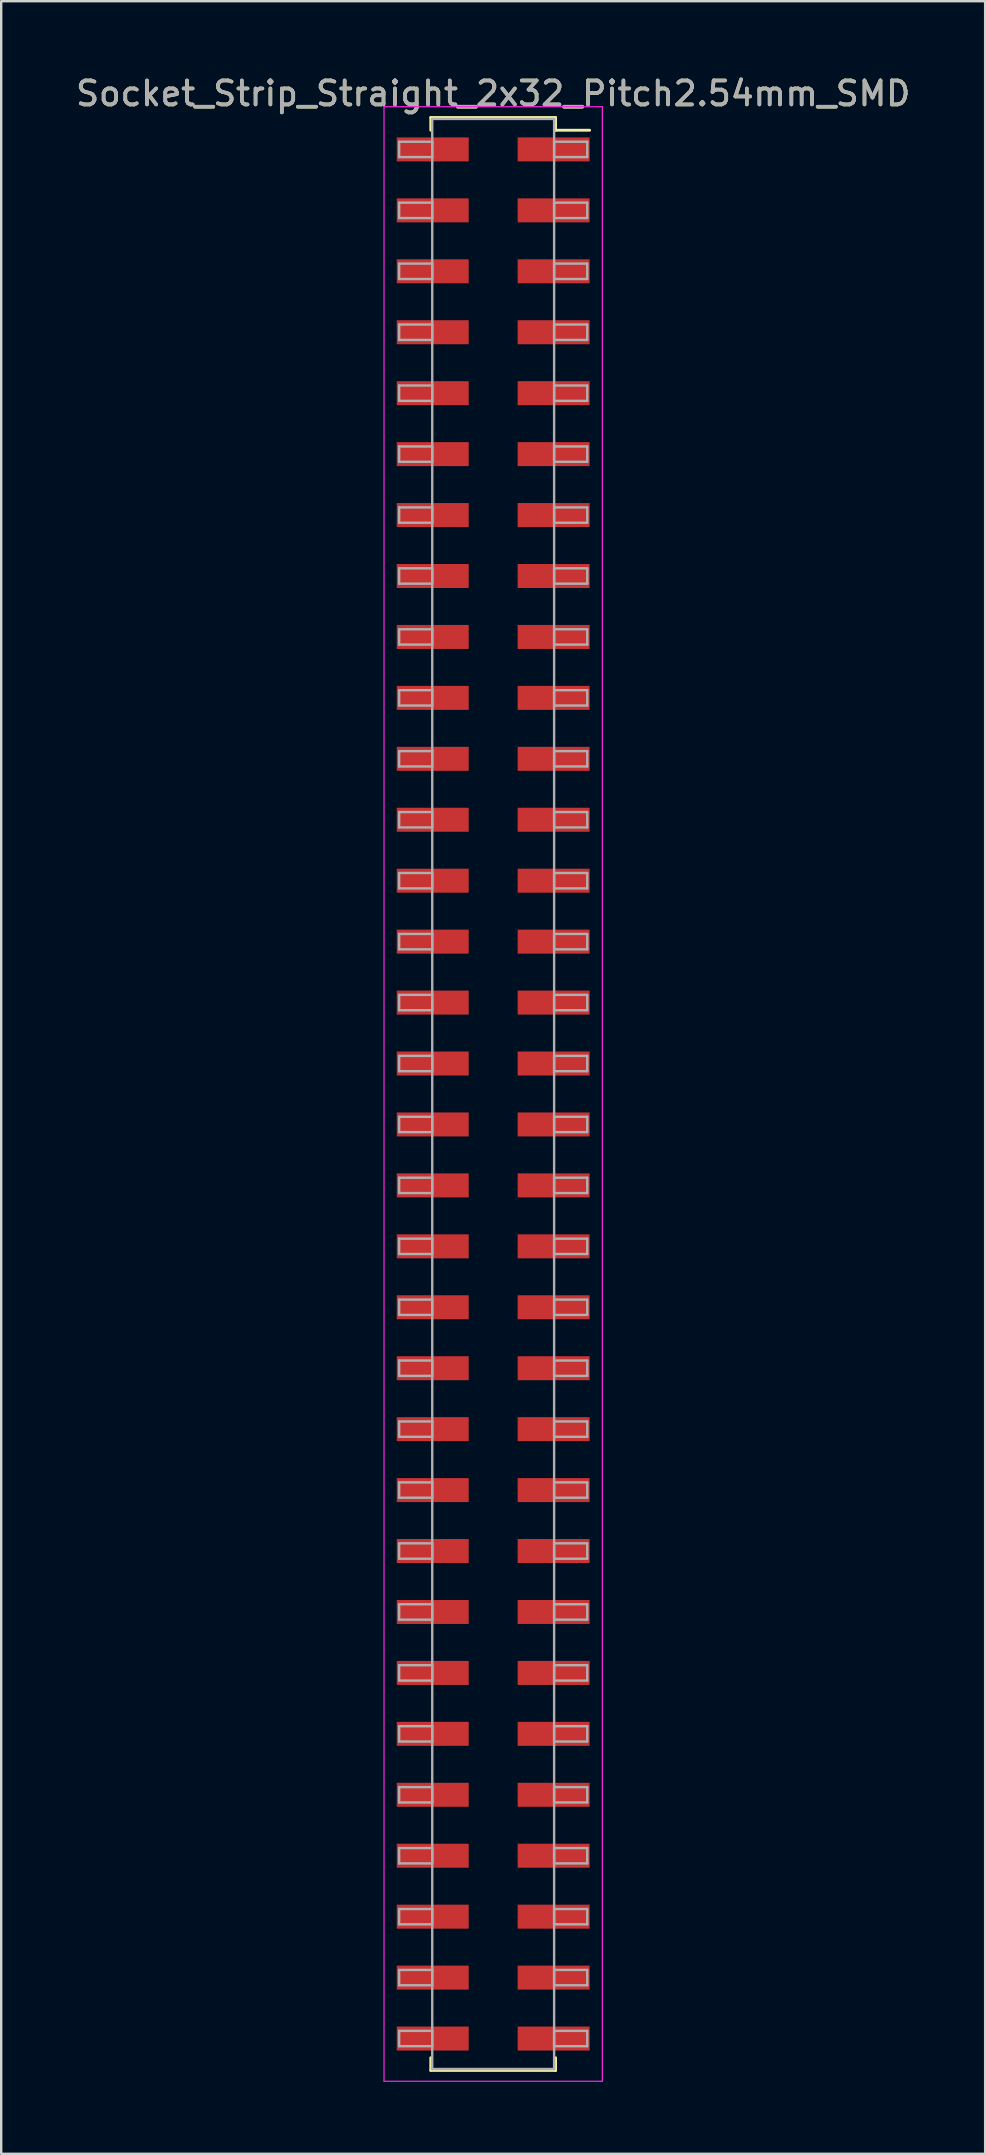
<source format=kicad_pcb>
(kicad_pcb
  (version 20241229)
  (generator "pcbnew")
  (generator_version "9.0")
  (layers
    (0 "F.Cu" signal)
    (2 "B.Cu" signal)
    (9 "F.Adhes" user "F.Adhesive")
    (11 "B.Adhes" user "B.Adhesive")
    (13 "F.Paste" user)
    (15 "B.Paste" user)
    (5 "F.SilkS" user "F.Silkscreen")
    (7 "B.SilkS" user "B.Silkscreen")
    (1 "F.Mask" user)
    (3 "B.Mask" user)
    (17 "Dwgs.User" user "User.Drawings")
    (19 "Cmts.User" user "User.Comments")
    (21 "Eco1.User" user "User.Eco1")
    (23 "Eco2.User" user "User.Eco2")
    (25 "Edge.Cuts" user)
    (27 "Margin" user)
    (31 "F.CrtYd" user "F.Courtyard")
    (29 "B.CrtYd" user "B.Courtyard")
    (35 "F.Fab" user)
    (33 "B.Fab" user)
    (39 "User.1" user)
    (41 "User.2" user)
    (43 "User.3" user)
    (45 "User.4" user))
  (footprint "Socket_Strip_Straight_2x32_Pitch2.54mm_SMD"
    (layer "F.Cu")
    (at 17.506 42.548)
    (property "Reference" "Socket_Strip_Straight_2x32_Pitch2.54mm_SMD" (at 0 -41.7 0) (layer "F.SilkS") (effects (font (size 1 1) (thickness 0.15))))
    (attr smd)
    (fp_line (start -2.6 -40.7) (end 2.6 -40.7) (stroke (width 0.12) (type solid)) (layer "F.SilkS"))
    (fp_line (start -2.6 -40.17) (end -2.6 -40.7) (stroke (width 0.12) (type solid)) (layer "F.SilkS"))
    (fp_line (start -2.6 40.17) (end -2.6 40.7) (stroke (width 0.12) (type solid)) (layer "F.SilkS"))
    (fp_line (start -2.6 40.7) (end 2.6 40.7) (stroke (width 0.12) (type solid)) (layer "F.SilkS"))
    (fp_line (start 2.6 -40.7) (end 2.6 -40.17) (stroke (width 0.12) (type solid)) (layer "F.SilkS"))
    (fp_line (start 2.6 40.7) (end 2.6 40.17) (stroke (width 0.12) (type solid)) (layer "F.SilkS"))
    (fp_line (start 4.02 -40.17) (end 2.6 -40.17) (stroke (width 0.12) (type solid)) (layer "F.SilkS"))
    (fp_line (start -4.55 -41.15) (end -4.55 41.15) (stroke (width 0.05) (type solid)) (layer "F.CrtYd"))
    (fp_line (start -4.55 41.15) (end 4.55 41.15) (stroke (width 0.05) (type solid)) (layer "F.CrtYd"))
    (fp_line (start 4.55 -41.15) (end -4.55 -41.15) (stroke (width 0.05) (type solid)) (layer "F.CrtYd"))
    (fp_line (start 4.55 41.15) (end 4.55 -41.15) (stroke (width 0.05) (type solid)) (layer "F.CrtYd"))
    (fp_line (start -3.92 -39.69) (end -2.54 -39.69) (stroke (width 0.1) (type solid)) (layer "F.Fab"))
    (fp_line (start -3.92 -39.05) (end -3.92 -39.69) (stroke (width 0.1) (type solid)) (layer "F.Fab"))
    (fp_line (start -3.92 -37.15) (end -2.54 -37.15) (stroke (width 0.1) (type solid)) (layer "F.Fab"))
    (fp_line (start -3.92 -36.51) (end -3.92 -37.15) (stroke (width 0.1) (type solid)) (layer "F.Fab"))
    (fp_line (start -3.92 -34.61) (end -2.54 -34.61) (stroke (width 0.1) (type solid)) (layer "F.Fab"))
    (fp_line (start -3.92 -33.97) (end -3.92 -34.61) (stroke (width 0.1) (type solid)) (layer "F.Fab"))
    (fp_line (start -3.92 -32.07) (end -2.54 -32.07) (stroke (width 0.1) (type solid)) (layer "F.Fab"))
    (fp_line (start -3.92 -31.43) (end -3.92 -32.07) (stroke (width 0.1) (type solid)) (layer "F.Fab"))
    (fp_line (start -3.92 -29.53) (end -2.54 -29.53) (stroke (width 0.1) (type solid)) (layer "F.Fab"))
    (fp_line (start -3.92 -28.89) (end -3.92 -29.53) (stroke (width 0.1) (type solid)) (layer "F.Fab"))
    (fp_line (start -3.92 -26.99) (end -2.54 -26.99) (stroke (width 0.1) (type solid)) (layer "F.Fab"))
    (fp_line (start -3.92 -26.35) (end -3.92 -26.99) (stroke (width 0.1) (type solid)) (layer "F.Fab"))
    (fp_line (start -3.92 -24.45) (end -2.54 -24.45) (stroke (width 0.1) (type solid)) (layer "F.Fab"))
    (fp_line (start -3.92 -23.81) (end -3.92 -24.45) (stroke (width 0.1) (type solid)) (layer "F.Fab"))
    (fp_line (start -3.92 -21.91) (end -2.54 -21.91) (stroke (width 0.1) (type solid)) (layer "F.Fab"))
    (fp_line (start -3.92 -21.27) (end -3.92 -21.91) (stroke (width 0.1) (type solid)) (layer "F.Fab"))
    (fp_line (start -3.92 -19.37) (end -2.54 -19.37) (stroke (width 0.1) (type solid)) (layer "F.Fab"))
    (fp_line (start -3.92 -18.73) (end -3.92 -19.37) (stroke (width 0.1) (type solid)) (layer "F.Fab"))
    (fp_line (start -3.92 -16.83) (end -2.54 -16.83) (stroke (width 0.1) (type solid)) (layer "F.Fab"))
    (fp_line (start -3.92 -16.19) (end -3.92 -16.83) (stroke (width 0.1) (type solid)) (layer "F.Fab"))
    (fp_line (start -3.92 -14.29) (end -2.54 -14.29) (stroke (width 0.1) (type solid)) (layer "F.Fab"))
    (fp_line (start -3.92 -13.65) (end -3.92 -14.29) (stroke (width 0.1) (type solid)) (layer "F.Fab"))
    (fp_line (start -3.92 -11.75) (end -2.54 -11.75) (stroke (width 0.1) (type solid)) (layer "F.Fab"))
    (fp_line (start -3.92 -11.11) (end -3.92 -11.75) (stroke (width 0.1) (type solid)) (layer "F.Fab"))
    (fp_line (start -3.92 -9.21) (end -2.54 -9.21) (stroke (width 0.1) (type solid)) (layer "F.Fab"))
    (fp_line (start -3.92 -8.57) (end -3.92 -9.21) (stroke (width 0.1) (type solid)) (layer "F.Fab"))
    (fp_line (start -3.92 -6.67) (end -2.54 -6.67) (stroke (width 0.1) (type solid)) (layer "F.Fab"))
    (fp_line (start -3.92 -6.03) (end -3.92 -6.67) (stroke (width 0.1) (type solid)) (layer "F.Fab"))
    (fp_line (start -3.92 -4.13) (end -2.54 -4.13) (stroke (width 0.1) (type solid)) (layer "F.Fab"))
    (fp_line (start -3.92 -3.49) (end -3.92 -4.13) (stroke (width 0.1) (type solid)) (layer "F.Fab"))
    (fp_line (start -3.92 -1.59) (end -2.54 -1.59) (stroke (width 0.1) (type solid)) (layer "F.Fab"))
    (fp_line (start -3.92 -0.95) (end -3.92 -1.59) (stroke (width 0.1) (type solid)) (layer "F.Fab"))
    (fp_line (start -3.92 0.95) (end -2.54 0.95) (stroke (width 0.1) (type solid)) (layer "F.Fab"))
    (fp_line (start -3.92 1.59) (end -3.92 0.95) (stroke (width 0.1) (type solid)) (layer "F.Fab"))
    (fp_line (start -3.92 3.49) (end -2.54 3.49) (stroke (width 0.1) (type solid)) (layer "F.Fab"))
    (fp_line (start -3.92 4.13) (end -3.92 3.49) (stroke (width 0.1) (type solid)) (layer "F.Fab"))
    (fp_line (start -3.92 6.03) (end -2.54 6.03) (stroke (width 0.1) (type solid)) (layer "F.Fab"))
    (fp_line (start -3.92 6.67) (end -3.92 6.03) (stroke (width 0.1) (type solid)) (layer "F.Fab"))
    (fp_line (start -3.92 8.57) (end -2.54 8.57) (stroke (width 0.1) (type solid)) (layer "F.Fab"))
    (fp_line (start -3.92 9.21) (end -3.92 8.57) (stroke (width 0.1) (type solid)) (layer "F.Fab"))
    (fp_line (start -3.92 11.11) (end -2.54 11.11) (stroke (width 0.1) (type solid)) (layer "F.Fab"))
    (fp_line (start -3.92 11.75) (end -3.92 11.11) (stroke (width 0.1) (type solid)) (layer "F.Fab"))
    (fp_line (start -3.92 13.65) (end -2.54 13.65) (stroke (width 0.1) (type solid)) (layer "F.Fab"))
    (fp_line (start -3.92 14.29) (end -3.92 13.65) (stroke (width 0.1) (type solid)) (layer "F.Fab"))
    (fp_line (start -3.92 16.19) (end -2.54 16.19) (stroke (width 0.1) (type solid)) (layer "F.Fab"))
    (fp_line (start -3.92 16.83) (end -3.92 16.19) (stroke (width 0.1) (type solid)) (layer "F.Fab"))
    (fp_line (start -3.92 18.73) (end -2.54 18.73) (stroke (width 0.1) (type solid)) (layer "F.Fab"))
    (fp_line (start -3.92 19.37) (end -3.92 18.73) (stroke (width 0.1) (type solid)) (layer "F.Fab"))
    (fp_line (start -3.92 21.27) (end -2.54 21.27) (stroke (width 0.1) (type solid)) (layer "F.Fab"))
    (fp_line (start -3.92 21.91) (end -3.92 21.27) (stroke (width 0.1) (type solid)) (layer "F.Fab"))
    (fp_line (start -3.92 23.81) (end -2.54 23.81) (stroke (width 0.1) (type solid)) (layer "F.Fab"))
    (fp_line (start -3.92 24.45) (end -3.92 23.81) (stroke (width 0.1) (type solid)) (layer "F.Fab"))
    (fp_line (start -3.92 26.35) (end -2.54 26.35) (stroke (width 0.1) (type solid)) (layer "F.Fab"))
    (fp_line (start -3.92 26.99) (end -3.92 26.35) (stroke (width 0.1) (type solid)) (layer "F.Fab"))
    (fp_line (start -3.92 28.89) (end -2.54 28.89) (stroke (width 0.1) (type solid)) (layer "F.Fab"))
    (fp_line (start -3.92 29.53) (end -3.92 28.89) (stroke (width 0.1) (type solid)) (layer "F.Fab"))
    (fp_line (start -3.92 31.43) (end -2.54 31.43) (stroke (width 0.1) (type solid)) (layer "F.Fab"))
    (fp_line (start -3.92 32.07) (end -3.92 31.43) (stroke (width 0.1) (type solid)) (layer "F.Fab"))
    (fp_line (start -3.92 33.97) (end -2.54 33.97) (stroke (width 0.1) (type solid)) (layer "F.Fab"))
    (fp_line (start -3.92 34.61) (end -3.92 33.97) (stroke (width 0.1) (type solid)) (layer "F.Fab"))
    (fp_line (start -3.92 36.51) (end -2.54 36.51) (stroke (width 0.1) (type solid)) (layer "F.Fab"))
    (fp_line (start -3.92 37.15) (end -3.92 36.51) (stroke (width 0.1) (type solid)) (layer "F.Fab"))
    (fp_line (start -3.92 39.05) (end -2.54 39.05) (stroke (width 0.1) (type solid)) (layer "F.Fab"))
    (fp_line (start -3.92 39.69) (end -3.92 39.05) (stroke (width 0.1) (type solid)) (layer "F.Fab"))
    (fp_line (start -2.54 -40.64) (end -2.54 40.64) (stroke (width 0.1) (type solid)) (layer "F.Fab"))
    (fp_line (start -2.54 -39.69) (end -2.54 -39.05) (stroke (width 0.1) (type solid)) (layer "F.Fab"))
    (fp_line (start -2.54 -39.05) (end -3.92 -39.05) (stroke (width 0.1) (type solid)) (layer "F.Fab"))
    (fp_line (start -2.54 -37.15) (end -2.54 -36.51) (stroke (width 0.1) (type solid)) (layer "F.Fab"))
    (fp_line (start -2.54 -36.51) (end -3.92 -36.51) (stroke (width 0.1) (type solid)) (layer "F.Fab"))
    (fp_line (start -2.54 -34.61) (end -2.54 -33.97) (stroke (width 0.1) (type solid)) (layer "F.Fab"))
    (fp_line (start -2.54 -33.97) (end -3.92 -33.97) (stroke (width 0.1) (type solid)) (layer "F.Fab"))
    (fp_line (start -2.54 -32.07) (end -2.54 -31.43) (stroke (width 0.1) (type solid)) (layer "F.Fab"))
    (fp_line (start -2.54 -31.43) (end -3.92 -31.43) (stroke (width 0.1) (type solid)) (layer "F.Fab"))
    (fp_line (start -2.54 -29.53) (end -2.54 -28.89) (stroke (width 0.1) (type solid)) (layer "F.Fab"))
    (fp_line (start -2.54 -28.89) (end -3.92 -28.89) (stroke (width 0.1) (type solid)) (layer "F.Fab"))
    (fp_line (start -2.54 -26.99) (end -2.54 -26.35) (stroke (width 0.1) (type solid)) (layer "F.Fab"))
    (fp_line (start -2.54 -26.35) (end -3.92 -26.35) (stroke (width 0.1) (type solid)) (layer "F.Fab"))
    (fp_line (start -2.54 -24.45) (end -2.54 -23.81) (stroke (width 0.1) (type solid)) (layer "F.Fab"))
    (fp_line (start -2.54 -23.81) (end -3.92 -23.81) (stroke (width 0.1) (type solid)) (layer "F.Fab"))
    (fp_line (start -2.54 -21.91) (end -2.54 -21.27) (stroke (width 0.1) (type solid)) (layer "F.Fab"))
    (fp_line (start -2.54 -21.27) (end -3.92 -21.27) (stroke (width 0.1) (type solid)) (layer "F.Fab"))
    (fp_line (start -2.54 -19.37) (end -2.54 -18.73) (stroke (width 0.1) (type solid)) (layer "F.Fab"))
    (fp_line (start -2.54 -18.73) (end -3.92 -18.73) (stroke (width 0.1) (type solid)) (layer "F.Fab"))
    (fp_line (start -2.54 -16.83) (end -2.54 -16.19) (stroke (width 0.1) (type solid)) (layer "F.Fab"))
    (fp_line (start -2.54 -16.19) (end -3.92 -16.19) (stroke (width 0.1) (type solid)) (layer "F.Fab"))
    (fp_line (start -2.54 -14.29) (end -2.54 -13.65) (stroke (width 0.1) (type solid)) (layer "F.Fab"))
    (fp_line (start -2.54 -13.65) (end -3.92 -13.65) (stroke (width 0.1) (type solid)) (layer "F.Fab"))
    (fp_line (start -2.54 -11.75) (end -2.54 -11.11) (stroke (width 0.1) (type solid)) (layer "F.Fab"))
    (fp_line (start -2.54 -11.11) (end -3.92 -11.11) (stroke (width 0.1) (type solid)) (layer "F.Fab"))
    (fp_line (start -2.54 -9.21) (end -2.54 -8.57) (stroke (width 0.1) (type solid)) (layer "F.Fab"))
    (fp_line (start -2.54 -8.57) (end -3.92 -8.57) (stroke (width 0.1) (type solid)) (layer "F.Fab"))
    (fp_line (start -2.54 -6.67) (end -2.54 -6.03) (stroke (width 0.1) (type solid)) (layer "F.Fab"))
    (fp_line (start -2.54 -6.03) (end -3.92 -6.03) (stroke (width 0.1) (type solid)) (layer "F.Fab"))
    (fp_line (start -2.54 -4.13) (end -2.54 -3.49) (stroke (width 0.1) (type solid)) (layer "F.Fab"))
    (fp_line (start -2.54 -3.49) (end -3.92 -3.49) (stroke (width 0.1) (type solid)) (layer "F.Fab"))
    (fp_line (start -2.54 -1.59) (end -2.54 -0.95) (stroke (width 0.1) (type solid)) (layer "F.Fab"))
    (fp_line (start -2.54 -0.95) (end -3.92 -0.95) (stroke (width 0.1) (type solid)) (layer "F.Fab"))
    (fp_line (start -2.54 0.95) (end -2.54 1.59) (stroke (width 0.1) (type solid)) (layer "F.Fab"))
    (fp_line (start -2.54 1.59) (end -3.92 1.59) (stroke (width 0.1) (type solid)) (layer "F.Fab"))
    (fp_line (start -2.54 3.49) (end -2.54 4.13) (stroke (width 0.1) (type solid)) (layer "F.Fab"))
    (fp_line (start -2.54 4.13) (end -3.92 4.13) (stroke (width 0.1) (type solid)) (layer "F.Fab"))
    (fp_line (start -2.54 6.03) (end -2.54 6.67) (stroke (width 0.1) (type solid)) (layer "F.Fab"))
    (fp_line (start -2.54 6.67) (end -3.92 6.67) (stroke (width 0.1) (type solid)) (layer "F.Fab"))
    (fp_line (start -2.54 8.57) (end -2.54 9.21) (stroke (width 0.1) (type solid)) (layer "F.Fab"))
    (fp_line (start -2.54 9.21) (end -3.92 9.21) (stroke (width 0.1) (type solid)) (layer "F.Fab"))
    (fp_line (start -2.54 11.11) (end -2.54 11.75) (stroke (width 0.1) (type solid)) (layer "F.Fab"))
    (fp_line (start -2.54 11.75) (end -3.92 11.75) (stroke (width 0.1) (type solid)) (layer "F.Fab"))
    (fp_line (start -2.54 13.65) (end -2.54 14.29) (stroke (width 0.1) (type solid)) (layer "F.Fab"))
    (fp_line (start -2.54 14.29) (end -3.92 14.29) (stroke (width 0.1) (type solid)) (layer "F.Fab"))
    (fp_line (start -2.54 16.19) (end -2.54 16.83) (stroke (width 0.1) (type solid)) (layer "F.Fab"))
    (fp_line (start -2.54 16.83) (end -3.92 16.83) (stroke (width 0.1) (type solid)) (layer "F.Fab"))
    (fp_line (start -2.54 18.73) (end -2.54 19.37) (stroke (width 0.1) (type solid)) (layer "F.Fab"))
    (fp_line (start -2.54 19.37) (end -3.92 19.37) (stroke (width 0.1) (type solid)) (layer "F.Fab"))
    (fp_line (start -2.54 21.27) (end -2.54 21.91) (stroke (width 0.1) (type solid)) (layer "F.Fab"))
    (fp_line (start -2.54 21.91) (end -3.92 21.91) (stroke (width 0.1) (type solid)) (layer "F.Fab"))
    (fp_line (start -2.54 23.81) (end -2.54 24.45) (stroke (width 0.1) (type solid)) (layer "F.Fab"))
    (fp_line (start -2.54 24.45) (end -3.92 24.45) (stroke (width 0.1) (type solid)) (layer "F.Fab"))
    (fp_line (start -2.54 26.35) (end -2.54 26.99) (stroke (width 0.1) (type solid)) (layer "F.Fab"))
    (fp_line (start -2.54 26.99) (end -3.92 26.99) (stroke (width 0.1) (type solid)) (layer "F.Fab"))
    (fp_line (start -2.54 28.89) (end -2.54 29.53) (stroke (width 0.1) (type solid)) (layer "F.Fab"))
    (fp_line (start -2.54 29.53) (end -3.92 29.53) (stroke (width 0.1) (type solid)) (layer "F.Fab"))
    (fp_line (start -2.54 31.43) (end -2.54 32.07) (stroke (width 0.1) (type solid)) (layer "F.Fab"))
    (fp_line (start -2.54 32.07) (end -3.92 32.07) (stroke (width 0.1) (type solid)) (layer "F.Fab"))
    (fp_line (start -2.54 33.97) (end -2.54 34.61) (stroke (width 0.1) (type solid)) (layer "F.Fab"))
    (fp_line (start -2.54 34.61) (end -3.92 34.61) (stroke (width 0.1) (type solid)) (layer "F.Fab"))
    (fp_line (start -2.54 36.51) (end -2.54 37.15) (stroke (width 0.1) (type solid)) (layer "F.Fab"))
    (fp_line (start -2.54 37.15) (end -3.92 37.15) (stroke (width 0.1) (type solid)) (layer "F.Fab"))
    (fp_line (start -2.54 39.05) (end -2.54 39.69) (stroke (width 0.1) (type solid)) (layer "F.Fab"))
    (fp_line (start -2.54 39.69) (end -3.92 39.69) (stroke (width 0.1) (type solid)) (layer "F.Fab"))
    (fp_line (start -2.54 40.64) (end 2.54 40.64) (stroke (width 0.1) (type solid)) (layer "F.Fab"))
    (fp_line (start 2.54 -40.64) (end -2.54 -40.64) (stroke (width 0.1) (type solid)) (layer "F.Fab"))
    (fp_line (start 2.54 -39.69) (end 2.54 -39.05) (stroke (width 0.1) (type solid)) (layer "F.Fab"))
    (fp_line (start 2.54 -39.05) (end 3.92 -39.05) (stroke (width 0.1) (type solid)) (layer "F.Fab"))
    (fp_line (start 2.54 -37.15) (end 2.54 -36.51) (stroke (width 0.1) (type solid)) (layer "F.Fab"))
    (fp_line (start 2.54 -36.51) (end 3.92 -36.51) (stroke (width 0.1) (type solid)) (layer "F.Fab"))
    (fp_line (start 2.54 -34.61) (end 2.54 -33.97) (stroke (width 0.1) (type solid)) (layer "F.Fab"))
    (fp_line (start 2.54 -33.97) (end 3.92 -33.97) (stroke (width 0.1) (type solid)) (layer "F.Fab"))
    (fp_line (start 2.54 -32.07) (end 2.54 -31.43) (stroke (width 0.1) (type solid)) (layer "F.Fab"))
    (fp_line (start 2.54 -31.43) (end 3.92 -31.43) (stroke (width 0.1) (type solid)) (layer "F.Fab"))
    (fp_line (start 2.54 -29.53) (end 2.54 -28.89) (stroke (width 0.1) (type solid)) (layer "F.Fab"))
    (fp_line (start 2.54 -28.89) (end 3.92 -28.89) (stroke (width 0.1) (type solid)) (layer "F.Fab"))
    (fp_line (start 2.54 -26.99) (end 2.54 -26.35) (stroke (width 0.1) (type solid)) (layer "F.Fab"))
    (fp_line (start 2.54 -26.35) (end 3.92 -26.35) (stroke (width 0.1) (type solid)) (layer "F.Fab"))
    (fp_line (start 2.54 -24.45) (end 2.54 -23.81) (stroke (width 0.1) (type solid)) (layer "F.Fab"))
    (fp_line (start 2.54 -23.81) (end 3.92 -23.81) (stroke (width 0.1) (type solid)) (layer "F.Fab"))
    (fp_line (start 2.54 -21.91) (end 2.54 -21.27) (stroke (width 0.1) (type solid)) (layer "F.Fab"))
    (fp_line (start 2.54 -21.27) (end 3.92 -21.27) (stroke (width 0.1) (type solid)) (layer "F.Fab"))
    (fp_line (start 2.54 -19.37) (end 2.54 -18.73) (stroke (width 0.1) (type solid)) (layer "F.Fab"))
    (fp_line (start 2.54 -18.73) (end 3.92 -18.73) (stroke (width 0.1) (type solid)) (layer "F.Fab"))
    (fp_line (start 2.54 -16.83) (end 2.54 -16.19) (stroke (width 0.1) (type solid)) (layer "F.Fab"))
    (fp_line (start 2.54 -16.19) (end 3.92 -16.19) (stroke (width 0.1) (type solid)) (layer "F.Fab"))
    (fp_line (start 2.54 -14.29) (end 2.54 -13.65) (stroke (width 0.1) (type solid)) (layer "F.Fab"))
    (fp_line (start 2.54 -13.65) (end 3.92 -13.65) (stroke (width 0.1) (type solid)) (layer "F.Fab"))
    (fp_line (start 2.54 -11.75) (end 2.54 -11.11) (stroke (width 0.1) (type solid)) (layer "F.Fab"))
    (fp_line (start 2.54 -11.11) (end 3.92 -11.11) (stroke (width 0.1) (type solid)) (layer "F.Fab"))
    (fp_line (start 2.54 -9.21) (end 2.54 -8.57) (stroke (width 0.1) (type solid)) (layer "F.Fab"))
    (fp_line (start 2.54 -8.57) (end 3.92 -8.57) (stroke (width 0.1) (type solid)) (layer "F.Fab"))
    (fp_line (start 2.54 -6.67) (end 2.54 -6.03) (stroke (width 0.1) (type solid)) (layer "F.Fab"))
    (fp_line (start 2.54 -6.03) (end 3.92 -6.03) (stroke (width 0.1) (type solid)) (layer "F.Fab"))
    (fp_line (start 2.54 -4.13) (end 2.54 -3.49) (stroke (width 0.1) (type solid)) (layer "F.Fab"))
    (fp_line (start 2.54 -3.49) (end 3.92 -3.49) (stroke (width 0.1) (type solid)) (layer "F.Fab"))
    (fp_line (start 2.54 -1.59) (end 2.54 -0.95) (stroke (width 0.1) (type solid)) (layer "F.Fab"))
    (fp_line (start 2.54 -0.95) (end 3.92 -0.95) (stroke (width 0.1) (type solid)) (layer "F.Fab"))
    (fp_line (start 2.54 0.95) (end 2.54 1.59) (stroke (width 0.1) (type solid)) (layer "F.Fab"))
    (fp_line (start 2.54 1.59) (end 3.92 1.59) (stroke (width 0.1) (type solid)) (layer "F.Fab"))
    (fp_line (start 2.54 3.49) (end 2.54 4.13) (stroke (width 0.1) (type solid)) (layer "F.Fab"))
    (fp_line (start 2.54 4.13) (end 3.92 4.13) (stroke (width 0.1) (type solid)) (layer "F.Fab"))
    (fp_line (start 2.54 6.03) (end 2.54 6.67) (stroke (width 0.1) (type solid)) (layer "F.Fab"))
    (fp_line (start 2.54 6.67) (end 3.92 6.67) (stroke (width 0.1) (type solid)) (layer "F.Fab"))
    (fp_line (start 2.54 8.57) (end 2.54 9.21) (stroke (width 0.1) (type solid)) (layer "F.Fab"))
    (fp_line (start 2.54 9.21) (end 3.92 9.21) (stroke (width 0.1) (type solid)) (layer "F.Fab"))
    (fp_line (start 2.54 11.11) (end 2.54 11.75) (stroke (width 0.1) (type solid)) (layer "F.Fab"))
    (fp_line (start 2.54 11.75) (end 3.92 11.75) (stroke (width 0.1) (type solid)) (layer "F.Fab"))
    (fp_line (start 2.54 13.65) (end 2.54 14.29) (stroke (width 0.1) (type solid)) (layer "F.Fab"))
    (fp_line (start 2.54 14.29) (end 3.92 14.29) (stroke (width 0.1) (type solid)) (layer "F.Fab"))
    (fp_line (start 2.54 16.19) (end 2.54 16.83) (stroke (width 0.1) (type solid)) (layer "F.Fab"))
    (fp_line (start 2.54 16.83) (end 3.92 16.83) (stroke (width 0.1) (type solid)) (layer "F.Fab"))
    (fp_line (start 2.54 18.73) (end 2.54 19.37) (stroke (width 0.1) (type solid)) (layer "F.Fab"))
    (fp_line (start 2.54 19.37) (end 3.92 19.37) (stroke (width 0.1) (type solid)) (layer "F.Fab"))
    (fp_line (start 2.54 21.27) (end 2.54 21.91) (stroke (width 0.1) (type solid)) (layer "F.Fab"))
    (fp_line (start 2.54 21.91) (end 3.92 21.91) (stroke (width 0.1) (type solid)) (layer "F.Fab"))
    (fp_line (start 2.54 23.81) (end 2.54 24.45) (stroke (width 0.1) (type solid)) (layer "F.Fab"))
    (fp_line (start 2.54 24.45) (end 3.92 24.45) (stroke (width 0.1) (type solid)) (layer "F.Fab"))
    (fp_line (start 2.54 26.35) (end 2.54 26.99) (stroke (width 0.1) (type solid)) (layer "F.Fab"))
    (fp_line (start 2.54 26.99) (end 3.92 26.99) (stroke (width 0.1) (type solid)) (layer "F.Fab"))
    (fp_line (start 2.54 28.89) (end 2.54 29.53) (stroke (width 0.1) (type solid)) (layer "F.Fab"))
    (fp_line (start 2.54 29.53) (end 3.92 29.53) (stroke (width 0.1) (type solid)) (layer "F.Fab"))
    (fp_line (start 2.54 31.43) (end 2.54 32.07) (stroke (width 0.1) (type solid)) (layer "F.Fab"))
    (fp_line (start 2.54 32.07) (end 3.92 32.07) (stroke (width 0.1) (type solid)) (layer "F.Fab"))
    (fp_line (start 2.54 33.97) (end 2.54 34.61) (stroke (width 0.1) (type solid)) (layer "F.Fab"))
    (fp_line (start 2.54 34.61) (end 3.92 34.61) (stroke (width 0.1) (type solid)) (layer "F.Fab"))
    (fp_line (start 2.54 36.51) (end 2.54 37.15) (stroke (width 0.1) (type solid)) (layer "F.Fab"))
    (fp_line (start 2.54 37.15) (end 3.92 37.15) (stroke (width 0.1) (type solid)) (layer "F.Fab"))
    (fp_line (start 2.54 39.05) (end 2.54 39.69) (stroke (width 0.1) (type solid)) (layer "F.Fab"))
    (fp_line (start 2.54 39.69) (end 3.92 39.69) (stroke (width 0.1) (type solid)) (layer "F.Fab"))
    (fp_line (start 2.54 40.64) (end 2.54 -40.64) (stroke (width 0.1) (type solid)) (layer "F.Fab"))
    (fp_line (start 3.92 -39.69) (end 2.54 -39.69) (stroke (width 0.1) (type solid)) (layer "F.Fab"))
    (fp_line (start 3.92 -39.05) (end 3.92 -39.69) (stroke (width 0.1) (type solid)) (layer "F.Fab"))
    (fp_line (start 3.92 -37.15) (end 2.54 -37.15) (stroke (width 0.1) (type solid)) (layer "F.Fab"))
    (fp_line (start 3.92 -36.51) (end 3.92 -37.15) (stroke (width 0.1) (type solid)) (layer "F.Fab"))
    (fp_line (start 3.92 -34.61) (end 2.54 -34.61) (stroke (width 0.1) (type solid)) (layer "F.Fab"))
    (fp_line (start 3.92 -33.97) (end 3.92 -34.61) (stroke (width 0.1) (type solid)) (layer "F.Fab"))
    (fp_line (start 3.92 -32.07) (end 2.54 -32.07) (stroke (width 0.1) (type solid)) (layer "F.Fab"))
    (fp_line (start 3.92 -31.43) (end 3.92 -32.07) (stroke (width 0.1) (type solid)) (layer "F.Fab"))
    (fp_line (start 3.92 -29.53) (end 2.54 -29.53) (stroke (width 0.1) (type solid)) (layer "F.Fab"))
    (fp_line (start 3.92 -28.89) (end 3.92 -29.53) (stroke (width 0.1) (type solid)) (layer "F.Fab"))
    (fp_line (start 3.92 -26.99) (end 2.54 -26.99) (stroke (width 0.1) (type solid)) (layer "F.Fab"))
    (fp_line (start 3.92 -26.35) (end 3.92 -26.99) (stroke (width 0.1) (type solid)) (layer "F.Fab"))
    (fp_line (start 3.92 -24.45) (end 2.54 -24.45) (stroke (width 0.1) (type solid)) (layer "F.Fab"))
    (fp_line (start 3.92 -23.81) (end 3.92 -24.45) (stroke (width 0.1) (type solid)) (layer "F.Fab"))
    (fp_line (start 3.92 -21.91) (end 2.54 -21.91) (stroke (width 0.1) (type solid)) (layer "F.Fab"))
    (fp_line (start 3.92 -21.27) (end 3.92 -21.91) (stroke (width 0.1) (type solid)) (layer "F.Fab"))
    (fp_line (start 3.92 -19.37) (end 2.54 -19.37) (stroke (width 0.1) (type solid)) (layer "F.Fab"))
    (fp_line (start 3.92 -18.73) (end 3.92 -19.37) (stroke (width 0.1) (type solid)) (layer "F.Fab"))
    (fp_line (start 3.92 -16.83) (end 2.54 -16.83) (stroke (width 0.1) (type solid)) (layer "F.Fab"))
    (fp_line (start 3.92 -16.19) (end 3.92 -16.83) (stroke (width 0.1) (type solid)) (layer "F.Fab"))
    (fp_line (start 3.92 -14.29) (end 2.54 -14.29) (stroke (width 0.1) (type solid)) (layer "F.Fab"))
    (fp_line (start 3.92 -13.65) (end 3.92 -14.29) (stroke (width 0.1) (type solid)) (layer "F.Fab"))
    (fp_line (start 3.92 -11.75) (end 2.54 -11.75) (stroke (width 0.1) (type solid)) (layer "F.Fab"))
    (fp_line (start 3.92 -11.11) (end 3.92 -11.75) (stroke (width 0.1) (type solid)) (layer "F.Fab"))
    (fp_line (start 3.92 -9.21) (end 2.54 -9.21) (stroke (width 0.1) (type solid)) (layer "F.Fab"))
    (fp_line (start 3.92 -8.57) (end 3.92 -9.21) (stroke (width 0.1) (type solid)) (layer "F.Fab"))
    (fp_line (start 3.92 -6.67) (end 2.54 -6.67) (stroke (width 0.1) (type solid)) (layer "F.Fab"))
    (fp_line (start 3.92 -6.03) (end 3.92 -6.67) (stroke (width 0.1) (type solid)) (layer "F.Fab"))
    (fp_line (start 3.92 -4.13) (end 2.54 -4.13) (stroke (width 0.1) (type solid)) (layer "F.Fab"))
    (fp_line (start 3.92 -3.49) (end 3.92 -4.13) (stroke (width 0.1) (type solid)) (layer "F.Fab"))
    (fp_line (start 3.92 -1.59) (end 2.54 -1.59) (stroke (width 0.1) (type solid)) (layer "F.Fab"))
    (fp_line (start 3.92 -0.95) (end 3.92 -1.59) (stroke (width 0.1) (type solid)) (layer "F.Fab"))
    (fp_line (start 3.92 0.95) (end 2.54 0.95) (stroke (width 0.1) (type solid)) (layer "F.Fab"))
    (fp_line (start 3.92 1.59) (end 3.92 0.95) (stroke (width 0.1) (type solid)) (layer "F.Fab"))
    (fp_line (start 3.92 3.49) (end 2.54 3.49) (stroke (width 0.1) (type solid)) (layer "F.Fab"))
    (fp_line (start 3.92 4.13) (end 3.92 3.49) (stroke (width 0.1) (type solid)) (layer "F.Fab"))
    (fp_line (start 3.92 6.03) (end 2.54 6.03) (stroke (width 0.1) (type solid)) (layer "F.Fab"))
    (fp_line (start 3.92 6.67) (end 3.92 6.03) (stroke (width 0.1) (type solid)) (layer "F.Fab"))
    (fp_line (start 3.92 8.57) (end 2.54 8.57) (stroke (width 0.1) (type solid)) (layer "F.Fab"))
    (fp_line (start 3.92 9.21) (end 3.92 8.57) (stroke (width 0.1) (type solid)) (layer "F.Fab"))
    (fp_line (start 3.92 11.11) (end 2.54 11.11) (stroke (width 0.1) (type solid)) (layer "F.Fab"))
    (fp_line (start 3.92 11.75) (end 3.92 11.11) (stroke (width 0.1) (type solid)) (layer "F.Fab"))
    (fp_line (start 3.92 13.65) (end 2.54 13.65) (stroke (width 0.1) (type solid)) (layer "F.Fab"))
    (fp_line (start 3.92 14.29) (end 3.92 13.65) (stroke (width 0.1) (type solid)) (layer "F.Fab"))
    (fp_line (start 3.92 16.19) (end 2.54 16.19) (stroke (width 0.1) (type solid)) (layer "F.Fab"))
    (fp_line (start 3.92 16.83) (end 3.92 16.19) (stroke (width 0.1) (type solid)) (layer "F.Fab"))
    (fp_line (start 3.92 18.73) (end 2.54 18.73) (stroke (width 0.1) (type solid)) (layer "F.Fab"))
    (fp_line (start 3.92 19.37) (end 3.92 18.73) (stroke (width 0.1) (type solid)) (layer "F.Fab"))
    (fp_line (start 3.92 21.27) (end 2.54 21.27) (stroke (width 0.1) (type solid)) (layer "F.Fab"))
    (fp_line (start 3.92 21.91) (end 3.92 21.27) (stroke (width 0.1) (type solid)) (layer "F.Fab"))
    (fp_line (start 3.92 23.81) (end 2.54 23.81) (stroke (width 0.1) (type solid)) (layer "F.Fab"))
    (fp_line (start 3.92 24.45) (end 3.92 23.81) (stroke (width 0.1) (type solid)) (layer "F.Fab"))
    (fp_line (start 3.92 26.35) (end 2.54 26.35) (stroke (width 0.1) (type solid)) (layer "F.Fab"))
    (fp_line (start 3.92 26.99) (end 3.92 26.35) (stroke (width 0.1) (type solid)) (layer "F.Fab"))
    (fp_line (start 3.92 28.89) (end 2.54 28.89) (stroke (width 0.1) (type solid)) (layer "F.Fab"))
    (fp_line (start 3.92 29.53) (end 3.92 28.89) (stroke (width 0.1) (type solid)) (layer "F.Fab"))
    (fp_line (start 3.92 31.43) (end 2.54 31.43) (stroke (width 0.1) (type solid)) (layer "F.Fab"))
    (fp_line (start 3.92 32.07) (end 3.92 31.43) (stroke (width 0.1) (type solid)) (layer "F.Fab"))
    (fp_line (start 3.92 33.97) (end 2.54 33.97) (stroke (width 0.1) (type solid)) (layer "F.Fab"))
    (fp_line (start 3.92 34.61) (end 3.92 33.97) (stroke (width 0.1) (type solid)) (layer "F.Fab"))
    (fp_line (start 3.92 36.51) (end 2.54 36.51) (stroke (width 0.1) (type solid)) (layer "F.Fab"))
    (fp_line (start 3.92 37.15) (end 3.92 36.51) (stroke (width 0.1) (type solid)) (layer "F.Fab"))
    (fp_line (start 3.92 39.05) (end 2.54 39.05) (stroke (width 0.1) (type solid)) (layer "F.Fab"))
    (fp_line (start 3.92 39.69) (end 3.92 39.05) (stroke (width 0.1) (type solid)) (layer "F.Fab"))
    (fp_text user "${REFERENCE}" (at 0 -41.7 0) (layer "F.Fab") (effects (font (size 1 1) (thickness 0.15))))
    (pad "1" smd rect (at 2.52 -39.37) (size 3 1) (layers "F.Cu" "F.Mask" "F.Paste"))
    (pad "2" smd rect (at -2.52 -39.37) (size 3 1) (layers "F.Cu" "F.Mask" "F.Paste"))
    (pad "3" smd rect (at 2.52 -36.83) (size 3 1) (layers "F.Cu" "F.Mask" "F.Paste"))
    (pad "4" smd rect (at -2.52 -36.83) (size 3 1) (layers "F.Cu" "F.Mask" "F.Paste"))
    (pad "5" smd rect (at 2.52 -34.29) (size 3 1) (layers "F.Cu" "F.Mask" "F.Paste"))
    (pad "6" smd rect (at -2.52 -34.29) (size 3 1) (layers "F.Cu" "F.Mask" "F.Paste"))
    (pad "7" smd rect (at 2.52 -31.75) (size 3 1) (layers "F.Cu" "F.Mask" "F.Paste"))
    (pad "8" smd rect (at -2.52 -31.75) (size 3 1) (layers "F.Cu" "F.Mask" "F.Paste"))
    (pad "9" smd rect (at 2.52 -29.21) (size 3 1) (layers "F.Cu" "F.Mask" "F.Paste"))
    (pad "10" smd rect (at -2.52 -29.21) (size 3 1) (layers "F.Cu" "F.Mask" "F.Paste"))
    (pad "11" smd rect (at 2.52 -26.67) (size 3 1) (layers "F.Cu" "F.Mask" "F.Paste"))
    (pad "12" smd rect (at -2.52 -26.67) (size 3 1) (layers "F.Cu" "F.Mask" "F.Paste"))
    (pad "13" smd rect (at 2.52 -24.13) (size 3 1) (layers "F.Cu" "F.Mask" "F.Paste"))
    (pad "14" smd rect (at -2.52 -24.13) (size 3 1) (layers "F.Cu" "F.Mask" "F.Paste"))
    (pad "15" smd rect (at 2.52 -21.59) (size 3 1) (layers "F.Cu" "F.Mask" "F.Paste"))
    (pad "16" smd rect (at -2.52 -21.59) (size 3 1) (layers "F.Cu" "F.Mask" "F.Paste"))
    (pad "17" smd rect (at 2.52 -19.05) (size 3 1) (layers "F.Cu" "F.Mask" "F.Paste"))
    (pad "18" smd rect (at -2.52 -19.05) (size 3 1) (layers "F.Cu" "F.Mask" "F.Paste"))
    (pad "19" smd rect (at 2.52 -16.51) (size 3 1) (layers "F.Cu" "F.Mask" "F.Paste"))
    (pad "20" smd rect (at -2.52 -16.51) (size 3 1) (layers "F.Cu" "F.Mask" "F.Paste"))
    (pad "21" smd rect (at 2.52 -13.97) (size 3 1) (layers "F.Cu" "F.Mask" "F.Paste"))
    (pad "22" smd rect (at -2.52 -13.97) (size 3 1) (layers "F.Cu" "F.Mask" "F.Paste"))
    (pad "23" smd rect (at 2.52 -11.43) (size 3 1) (layers "F.Cu" "F.Mask" "F.Paste"))
    (pad "24" smd rect (at -2.52 -11.43) (size 3 1) (layers "F.Cu" "F.Mask" "F.Paste"))
    (pad "25" smd rect (at 2.52 -8.89) (size 3 1) (layers "F.Cu" "F.Mask" "F.Paste"))
    (pad "26" smd rect (at -2.52 -8.89) (size 3 1) (layers "F.Cu" "F.Mask" "F.Paste"))
    (pad "27" smd rect (at 2.52 -6.35) (size 3 1) (layers "F.Cu" "F.Mask" "F.Paste"))
    (pad "28" smd rect (at -2.52 -6.35) (size 3 1) (layers "F.Cu" "F.Mask" "F.Paste"))
    (pad "29" smd rect (at 2.52 -3.81) (size 3 1) (layers "F.Cu" "F.Mask" "F.Paste"))
    (pad "30" smd rect (at -2.52 -3.81) (size 3 1) (layers "F.Cu" "F.Mask" "F.Paste"))
    (pad "31" smd rect (at 2.52 -1.27) (size 3 1) (layers "F.Cu" "F.Mask" "F.Paste"))
    (pad "32" smd rect (at -2.52 -1.27) (size 3 1) (layers "F.Cu" "F.Mask" "F.Paste"))
    (pad "33" smd rect (at 2.52 1.27) (size 3 1) (layers "F.Cu" "F.Mask" "F.Paste"))
    (pad "34" smd rect (at -2.52 1.27) (size 3 1) (layers "F.Cu" "F.Mask" "F.Paste"))
    (pad "35" smd rect (at 2.52 3.81) (size 3 1) (layers "F.Cu" "F.Mask" "F.Paste"))
    (pad "36" smd rect (at -2.52 3.81) (size 3 1) (layers "F.Cu" "F.Mask" "F.Paste"))
    (pad "37" smd rect (at 2.52 6.35) (size 3 1) (layers "F.Cu" "F.Mask" "F.Paste"))
    (pad "38" smd rect (at -2.52 6.35) (size 3 1) (layers "F.Cu" "F.Mask" "F.Paste"))
    (pad "39" smd rect (at 2.52 8.89) (size 3 1) (layers "F.Cu" "F.Mask" "F.Paste"))
    (pad "40" smd rect (at -2.52 8.89) (size 3 1) (layers "F.Cu" "F.Mask" "F.Paste"))
    (pad "41" smd rect (at 2.52 11.43) (size 3 1) (layers "F.Cu" "F.Mask" "F.Paste"))
    (pad "42" smd rect (at -2.52 11.43) (size 3 1) (layers "F.Cu" "F.Mask" "F.Paste"))
    (pad "43" smd rect (at 2.52 13.97) (size 3 1) (layers "F.Cu" "F.Mask" "F.Paste"))
    (pad "44" smd rect (at -2.52 13.97) (size 3 1) (layers "F.Cu" "F.Mask" "F.Paste"))
    (pad "45" smd rect (at 2.52 16.51) (size 3 1) (layers "F.Cu" "F.Mask" "F.Paste"))
    (pad "46" smd rect (at -2.52 16.51) (size 3 1) (layers "F.Cu" "F.Mask" "F.Paste"))
    (pad "47" smd rect (at 2.52 19.05) (size 3 1) (layers "F.Cu" "F.Mask" "F.Paste"))
    (pad "48" smd rect (at -2.52 19.05) (size 3 1) (layers "F.Cu" "F.Mask" "F.Paste"))
    (pad "49" smd rect (at 2.52 21.59) (size 3 1) (layers "F.Cu" "F.Mask" "F.Paste"))
    (pad "50" smd rect (at -2.52 21.59) (size 3 1) (layers "F.Cu" "F.Mask" "F.Paste"))
    (pad "51" smd rect (at 2.52 24.13) (size 3 1) (layers "F.Cu" "F.Mask" "F.Paste"))
    (pad "52" smd rect (at -2.52 24.13) (size 3 1) (layers "F.Cu" "F.Mask" "F.Paste"))
    (pad "53" smd rect (at 2.52 26.67) (size 3 1) (layers "F.Cu" "F.Mask" "F.Paste"))
    (pad "54" smd rect (at -2.52 26.67) (size 3 1) (layers "F.Cu" "F.Mask" "F.Paste"))
    (pad "55" smd rect (at 2.52 29.21) (size 3 1) (layers "F.Cu" "F.Mask" "F.Paste"))
    (pad "56" smd rect (at -2.52 29.21) (size 3 1) (layers "F.Cu" "F.Mask" "F.Paste"))
    (pad "57" smd rect (at 2.52 31.75) (size 3 1) (layers "F.Cu" "F.Mask" "F.Paste"))
    (pad "58" smd rect (at -2.52 31.75) (size 3 1) (layers "F.Cu" "F.Mask" "F.Paste"))
    (pad "59" smd rect (at 2.52 34.29) (size 3 1) (layers "F.Cu" "F.Mask" "F.Paste"))
    (pad "60" smd rect (at -2.52 34.29) (size 3 1) (layers "F.Cu" "F.Mask" "F.Paste"))
    (pad "61" smd rect (at 2.52 36.83) (size 3 1) (layers "F.Cu" "F.Mask" "F.Paste"))
    (pad "62" smd rect (at -2.52 36.83) (size 3 1) (layers "F.Cu" "F.Mask" "F.Paste"))
    (pad "63" smd rect (at 2.52 39.37) (size 3 1) (layers "F.Cu" "F.Mask" "F.Paste"))
    (pad "64" smd rect (at -2.52 39.37) (size 3 1) (layers "F.Cu" "F.Mask" "F.Paste")))
  (gr_rect
    (start -3 -3)
    (end 38.012 86.723)
    (stroke (width 0.1) (type default))
    (fill no)
    (layer "Edge.Cuts")))
</source>
